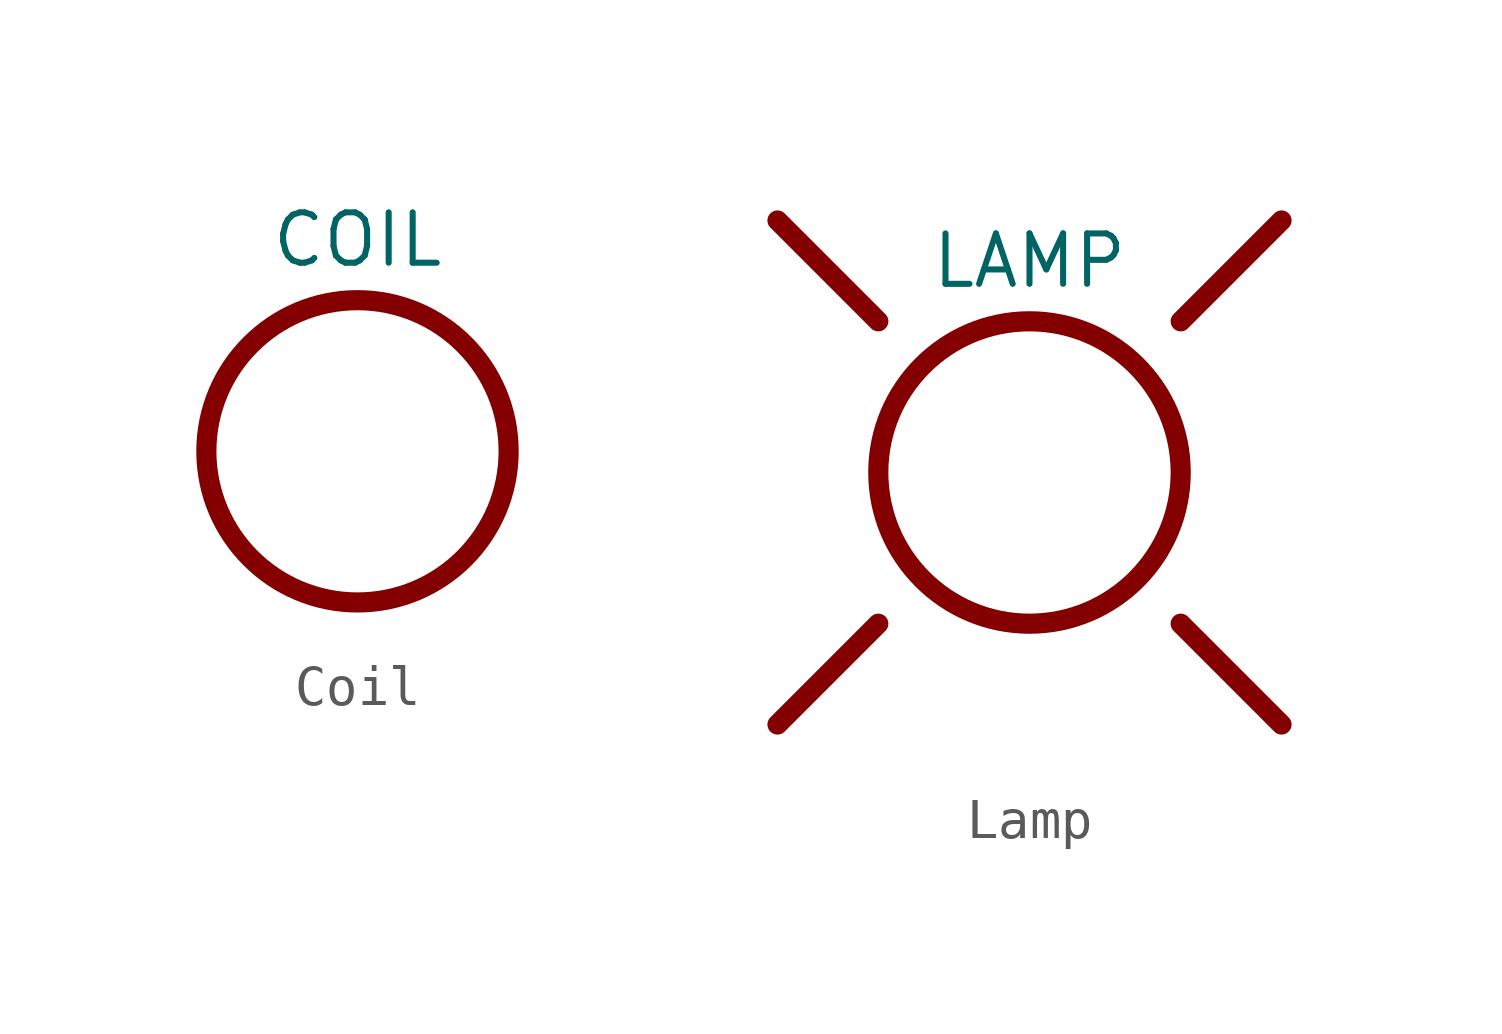
<source format=kicad_sym>
(kicad_symbol_lib
  (version 20231120)
  (generator "kicad_symbol_editor")
  (generator_version "8.0")
  (symbol "Coil"
    (pin_numbers hide)
    (pin_names
      (offset 0.254))
    (property "Reference" "COIL"
      (at 0 -5.334 0)
      (effects (font (size 1.27 1.27)) (hide yes)))
    (property "Value" "COIL"
      (at 0 5.334 0)
      (effects (font (size 1.27 1.27))))
    (symbol "Coil_1_1"
      (circle (center 0 0) (radius 3.81) (stroke (width 0.508) (type default)) (fill (type none)))
      (pin unspecified line (at -3.81 0 0) (length 0) (name "~" (effects (font (size 1.27 1.27)))) (number "1" (effects (font (size 1.27 1.27)))))
      (pin unspecified line (at 3.81 0 180) (length 0) (name "~" (effects (font (size 1.27 1.27)))) (number "2" (effects (font (size 1.27 1.27)))))))
  (symbol "Lamp"
    (pin_numbers hide)
    (pin_names
      (offset 0.254))
    (property "Reference" "LAMP"
      (at 0 -5.334 0)
      (effects (font (size 1.27 1.27)) (hide yes)))
    (property "Value" "LAMP"
      (at 0 5.334 0)
      (effects (font (size 1.27 1.27))))
    (symbol "Lamp_1_1"
      (polyline (pts (xy -3.81 -3.81) (xy -6.35 -6.35)) (stroke (width 0.508) (type default)) (fill (type none)))
      (polyline (pts (xy -3.81 3.81) (xy -6.35 6.35)) (stroke (width 0.508) (type default)) (fill (type none)))
      (polyline (pts (xy 3.81 -3.81) (xy 6.35 -6.35)) (stroke (width 0.508) (type default)) (fill (type none)))
      (polyline (pts (xy 3.81 3.81) (xy 6.35 6.35)) (stroke (width 0.508) (type default)) (fill (type none)))
      (circle (center 0 0) (radius 3.81) (stroke (width 0.508) (type default)) (fill (type none)))
      (pin unspecified line (at -3.81 0 0) (length 0) (name "~" (effects (font (size 1.27 1.27)))) (number "1" (effects (font (size 1.27 1.27)))))
      (pin unspecified line (at 3.81 0 180) (length 0) (name "~" (effects (font (size 1.27 1.27)))) (number "2" (effects (font (size 1.27 1.27))))))))
</source>
